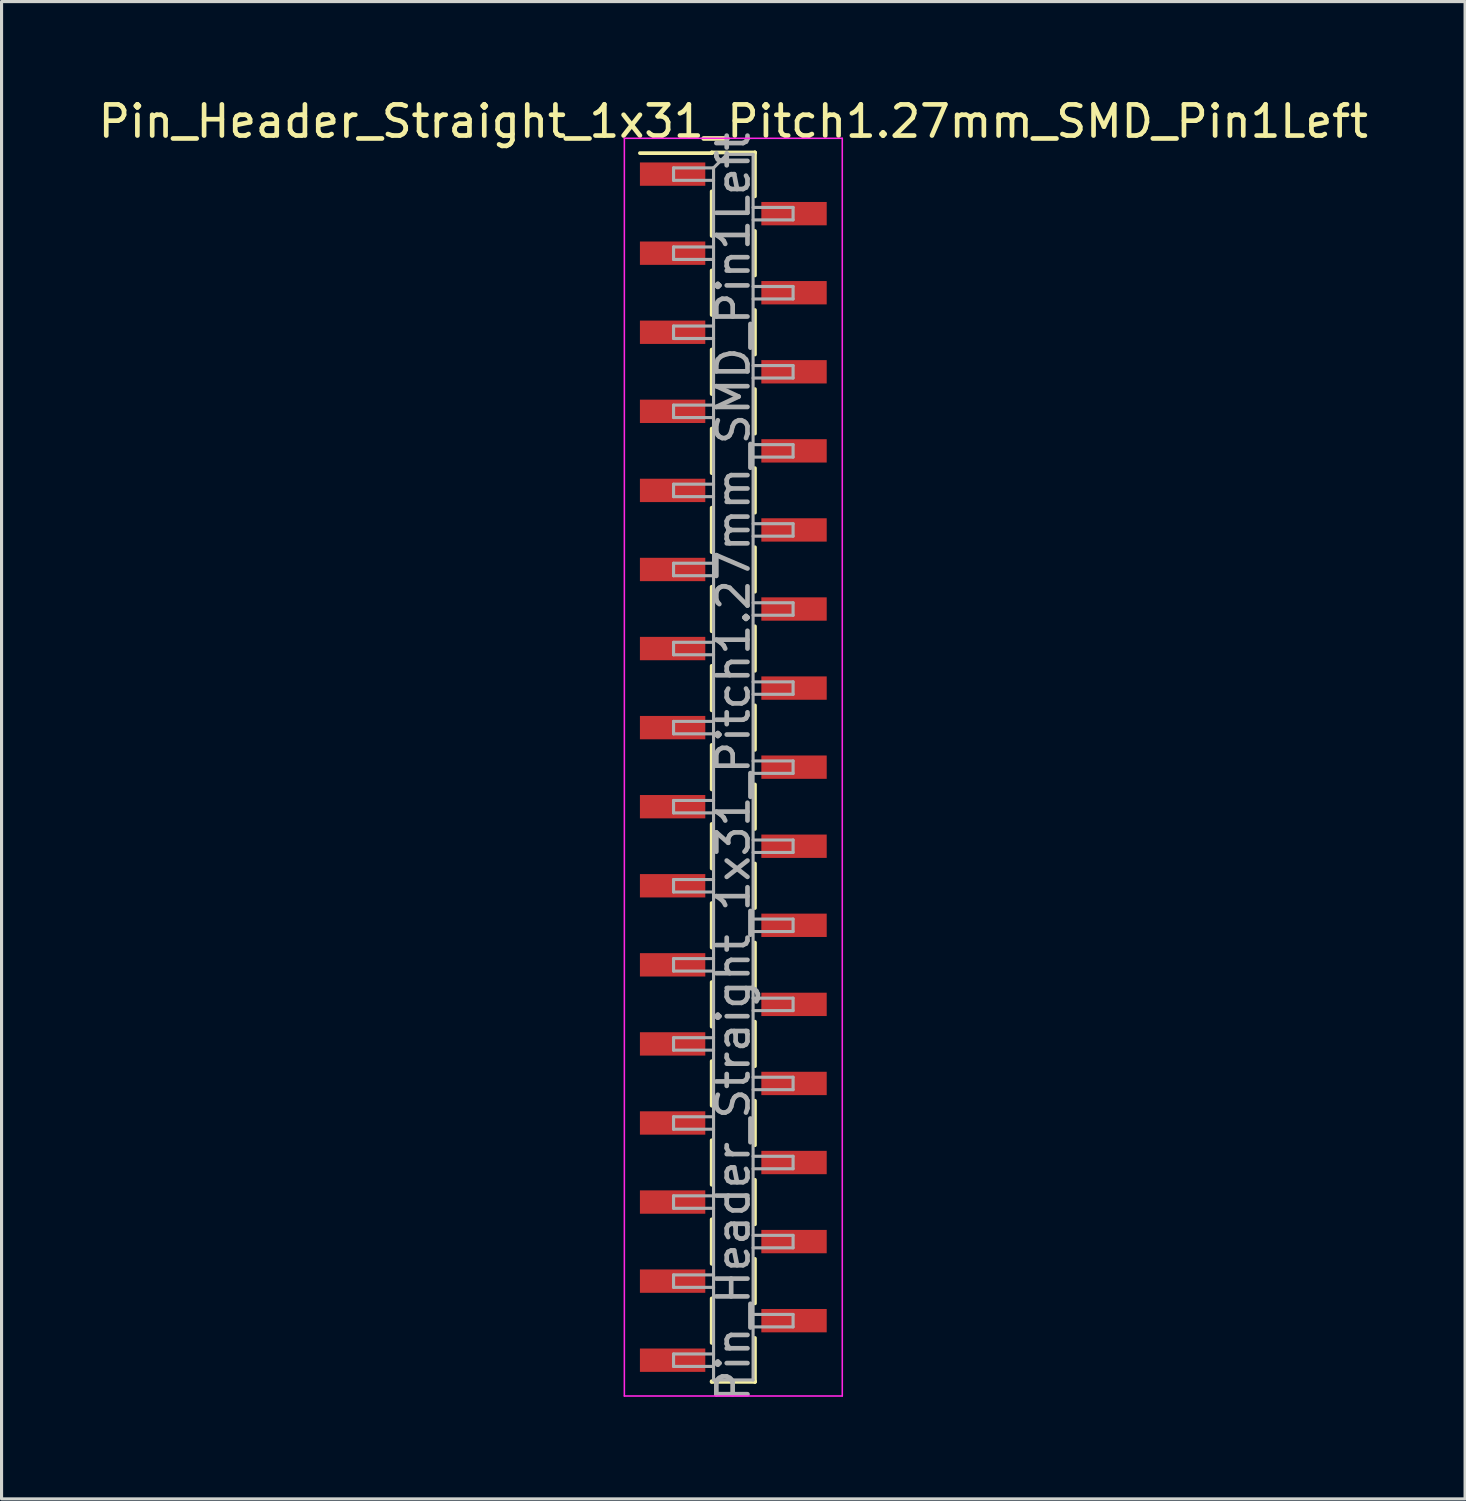
<source format=kicad_pcb>
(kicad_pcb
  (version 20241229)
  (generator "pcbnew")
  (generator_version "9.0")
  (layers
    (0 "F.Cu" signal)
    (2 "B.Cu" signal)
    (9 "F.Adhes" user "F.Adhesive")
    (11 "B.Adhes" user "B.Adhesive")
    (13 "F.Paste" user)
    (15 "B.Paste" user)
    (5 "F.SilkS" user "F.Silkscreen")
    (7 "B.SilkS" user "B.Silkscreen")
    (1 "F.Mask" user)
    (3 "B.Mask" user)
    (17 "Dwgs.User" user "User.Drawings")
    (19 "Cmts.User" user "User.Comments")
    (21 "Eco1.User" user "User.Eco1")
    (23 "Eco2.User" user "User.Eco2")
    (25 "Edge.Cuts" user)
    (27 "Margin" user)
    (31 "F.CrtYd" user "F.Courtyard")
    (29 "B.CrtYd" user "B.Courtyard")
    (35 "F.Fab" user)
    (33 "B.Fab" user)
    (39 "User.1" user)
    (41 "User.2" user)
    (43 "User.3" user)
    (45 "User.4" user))
  (footprint "Pin_Header_Straight_1x31_Pitch1.27mm_SMD_Pin1Left"
    (layer "F.Cu")
    (at 20.506 21.593)
    (property "Reference" "Pin_Header_Straight_1x31_Pitch1.27mm_SMD_Pin1Left" (at 0 -20.745 0) (layer "F.SilkS") (effects (font (size 1 1) (thickness 0.15))))
    (attr smd)
    (fp_line (start -0.695 -19.745) (end 0.695 -19.745) (stroke (width 0.12) (type solid)) (layer "F.SilkS"))
    (fp_line (start -0.695 -19.725) (end -3 -19.725) (stroke (width 0.12) (type solid)) (layer "F.SilkS"))
    (fp_line (start -0.695 -19.725) (end -0.695 -19.745) (stroke (width 0.12) (type solid)) (layer "F.SilkS"))
    (fp_line (start -0.695 -18.495) (end -0.695 -17.065) (stroke (width 0.12) (type solid)) (layer "F.SilkS"))
    (fp_line (start -0.695 -15.955) (end -0.695 -14.525) (stroke (width 0.12) (type solid)) (layer "F.SilkS"))
    (fp_line (start -0.695 -13.415) (end -0.695 -11.985) (stroke (width 0.12) (type solid)) (layer "F.SilkS"))
    (fp_line (start -0.695 -10.875) (end -0.695 -9.445) (stroke (width 0.12) (type solid)) (layer "F.SilkS"))
    (fp_line (start -0.695 -8.335) (end -0.695 -6.905) (stroke (width 0.12) (type solid)) (layer "F.SilkS"))
    (fp_line (start -0.695 -5.795) (end -0.695 -4.365) (stroke (width 0.12) (type solid)) (layer "F.SilkS"))
    (fp_line (start -0.695 -3.255) (end -0.695 -1.825) (stroke (width 0.12) (type solid)) (layer "F.SilkS"))
    (fp_line (start -0.695 -0.715) (end -0.695 0.715) (stroke (width 0.12) (type solid)) (layer "F.SilkS"))
    (fp_line (start -0.695 1.825) (end -0.695 3.255) (stroke (width 0.12) (type solid)) (layer "F.SilkS"))
    (fp_line (start -0.695 4.365) (end -0.695 5.795) (stroke (width 0.12) (type solid)) (layer "F.SilkS"))
    (fp_line (start -0.695 6.905) (end -0.695 8.335) (stroke (width 0.12) (type solid)) (layer "F.SilkS"))
    (fp_line (start -0.695 9.445) (end -0.695 10.875) (stroke (width 0.12) (type solid)) (layer "F.SilkS"))
    (fp_line (start -0.695 11.985) (end -0.695 13.415) (stroke (width 0.12) (type solid)) (layer "F.SilkS"))
    (fp_line (start -0.695 14.525) (end -0.695 15.955) (stroke (width 0.12) (type solid)) (layer "F.SilkS"))
    (fp_line (start -0.695 17.065) (end -0.695 18.495) (stroke (width 0.12) (type solid)) (layer "F.SilkS"))
    (fp_line (start -0.695 19.725) (end -0.695 19.745) (stroke (width 0.12) (type solid)) (layer "F.SilkS"))
    (fp_line (start -0.695 19.745) (end 0.695 19.745) (stroke (width 0.12) (type solid)) (layer "F.SilkS"))
    (fp_line (start 0.695 -19.745) (end 0.695 -19.725) (stroke (width 0.12) (type solid)) (layer "F.SilkS"))
    (fp_line (start 0.695 -19.745) (end 0.695 -18.335) (stroke (width 0.12) (type solid)) (layer "F.SilkS"))
    (fp_line (start 0.695 -17.225) (end 0.695 -15.795) (stroke (width 0.12) (type solid)) (layer "F.SilkS"))
    (fp_line (start 0.695 -14.685) (end 0.695 -13.255) (stroke (width 0.12) (type solid)) (layer "F.SilkS"))
    (fp_line (start 0.695 -12.145) (end 0.695 -10.715) (stroke (width 0.12) (type solid)) (layer "F.SilkS"))
    (fp_line (start 0.695 -9.605) (end 0.695 -8.175) (stroke (width 0.12) (type solid)) (layer "F.SilkS"))
    (fp_line (start 0.695 -7.065) (end 0.695 -5.635) (stroke (width 0.12) (type solid)) (layer "F.SilkS"))
    (fp_line (start 0.695 -4.525) (end 0.695 -3.095) (stroke (width 0.12) (type solid)) (layer "F.SilkS"))
    (fp_line (start 0.695 -1.985) (end 0.695 -0.555) (stroke (width 0.12) (type solid)) (layer "F.SilkS"))
    (fp_line (start 0.695 0.555) (end 0.695 1.985) (stroke (width 0.12) (type solid)) (layer "F.SilkS"))
    (fp_line (start 0.695 3.095) (end 0.695 4.525) (stroke (width 0.12) (type solid)) (layer "F.SilkS"))
    (fp_line (start 0.695 5.635) (end 0.695 7.065) (stroke (width 0.12) (type solid)) (layer "F.SilkS"))
    (fp_line (start 0.695 8.175) (end 0.695 9.605) (stroke (width 0.12) (type solid)) (layer "F.SilkS"))
    (fp_line (start 0.695 10.715) (end 0.695 12.145) (stroke (width 0.12) (type solid)) (layer "F.SilkS"))
    (fp_line (start 0.695 13.255) (end 0.695 14.685) (stroke (width 0.12) (type solid)) (layer "F.SilkS"))
    (fp_line (start 0.695 15.795) (end 0.695 17.225) (stroke (width 0.12) (type solid)) (layer "F.SilkS"))
    (fp_line (start 0.695 18.335) (end 0.695 19.745) (stroke (width 0.12) (type solid)) (layer "F.SilkS"))
    (fp_line (start 0.695 19.745) (end 0.695 19.725) (stroke (width 0.12) (type solid)) (layer "F.SilkS"))
    (fp_line (start -3.5 -20.2) (end -3.5 20.2) (stroke (width 0.05) (type solid)) (layer "F.CrtYd"))
    (fp_line (start -3.5 20.2) (end 3.5 20.2) (stroke (width 0.05) (type solid)) (layer "F.CrtYd"))
    (fp_line (start 3.5 -20.2) (end -3.5 -20.2) (stroke (width 0.05) (type solid)) (layer "F.CrtYd"))
    (fp_line (start 3.5 20.2) (end 3.5 -20.2) (stroke (width 0.05) (type solid)) (layer "F.CrtYd"))
    (fp_line (start -1.92 -19.25) (end -1.92 -18.85) (stroke (width 0.1) (type solid)) (layer "F.Fab"))
    (fp_line (start -1.92 -18.85) (end -0.635 -18.85) (stroke (width 0.1) (type solid)) (layer "F.Fab"))
    (fp_line (start -1.92 -16.71) (end -1.92 -16.31) (stroke (width 0.1) (type solid)) (layer "F.Fab"))
    (fp_line (start -1.92 -16.31) (end -0.635 -16.31) (stroke (width 0.1) (type solid)) (layer "F.Fab"))
    (fp_line (start -1.92 -14.17) (end -1.92 -13.77) (stroke (width 0.1) (type solid)) (layer "F.Fab"))
    (fp_line (start -1.92 -13.77) (end -0.635 -13.77) (stroke (width 0.1) (type solid)) (layer "F.Fab"))
    (fp_line (start -1.92 -11.63) (end -1.92 -11.23) (stroke (width 0.1) (type solid)) (layer "F.Fab"))
    (fp_line (start -1.92 -11.23) (end -0.635 -11.23) (stroke (width 0.1) (type solid)) (layer "F.Fab"))
    (fp_line (start -1.92 -9.09) (end -1.92 -8.69) (stroke (width 0.1) (type solid)) (layer "F.Fab"))
    (fp_line (start -1.92 -8.69) (end -0.635 -8.69) (stroke (width 0.1) (type solid)) (layer "F.Fab"))
    (fp_line (start -1.92 -6.55) (end -1.92 -6.15) (stroke (width 0.1) (type solid)) (layer "F.Fab"))
    (fp_line (start -1.92 -6.15) (end -0.635 -6.15) (stroke (width 0.1) (type solid)) (layer "F.Fab"))
    (fp_line (start -1.92 -4.01) (end -1.92 -3.61) (stroke (width 0.1) (type solid)) (layer "F.Fab"))
    (fp_line (start -1.92 -3.61) (end -0.635 -3.61) (stroke (width 0.1) (type solid)) (layer "F.Fab"))
    (fp_line (start -1.92 -1.47) (end -1.92 -1.07) (stroke (width 0.1) (type solid)) (layer "F.Fab"))
    (fp_line (start -1.92 -1.07) (end -0.635 -1.07) (stroke (width 0.1) (type solid)) (layer "F.Fab"))
    (fp_line (start -1.92 1.07) (end -1.92 1.47) (stroke (width 0.1) (type solid)) (layer "F.Fab"))
    (fp_line (start -1.92 1.47) (end -0.635 1.47) (stroke (width 0.1) (type solid)) (layer "F.Fab"))
    (fp_line (start -1.92 3.61) (end -1.92 4.01) (stroke (width 0.1) (type solid)) (layer "F.Fab"))
    (fp_line (start -1.92 4.01) (end -0.635 4.01) (stroke (width 0.1) (type solid)) (layer "F.Fab"))
    (fp_line (start -1.92 6.15) (end -1.92 6.55) (stroke (width 0.1) (type solid)) (layer "F.Fab"))
    (fp_line (start -1.92 6.55) (end -0.635 6.55) (stroke (width 0.1) (type solid)) (layer "F.Fab"))
    (fp_line (start -1.92 8.69) (end -1.92 9.09) (stroke (width 0.1) (type solid)) (layer "F.Fab"))
    (fp_line (start -1.92 9.09) (end -0.635 9.09) (stroke (width 0.1) (type solid)) (layer "F.Fab"))
    (fp_line (start -1.92 11.23) (end -1.92 11.63) (stroke (width 0.1) (type solid)) (layer "F.Fab"))
    (fp_line (start -1.92 11.63) (end -0.635 11.63) (stroke (width 0.1) (type solid)) (layer "F.Fab"))
    (fp_line (start -1.92 13.77) (end -1.92 14.17) (stroke (width 0.1) (type solid)) (layer "F.Fab"))
    (fp_line (start -1.92 14.17) (end -0.635 14.17) (stroke (width 0.1) (type solid)) (layer "F.Fab"))
    (fp_line (start -1.92 16.31) (end -1.92 16.71) (stroke (width 0.1) (type solid)) (layer "F.Fab"))
    (fp_line (start -1.92 16.71) (end -0.635 16.71) (stroke (width 0.1) (type solid)) (layer "F.Fab"))
    (fp_line (start -1.92 18.85) (end -1.92 19.25) (stroke (width 0.1) (type solid)) (layer "F.Fab"))
    (fp_line (start -1.92 19.25) (end -0.635 19.25) (stroke (width 0.1) (type solid)) (layer "F.Fab"))
    (fp_line (start -0.635 -19.25) (end -1.92 -19.25) (stroke (width 0.1) (type solid)) (layer "F.Fab"))
    (fp_line (start -0.635 -19.25) (end -0.2 -19.685) (stroke (width 0.1) (type solid)) (layer "F.Fab"))
    (fp_line (start -0.635 -16.71) (end -1.92 -16.71) (stroke (width 0.1) (type solid)) (layer "F.Fab"))
    (fp_line (start -0.635 -14.17) (end -1.92 -14.17) (stroke (width 0.1) (type solid)) (layer "F.Fab"))
    (fp_line (start -0.635 -11.63) (end -1.92 -11.63) (stroke (width 0.1) (type solid)) (layer "F.Fab"))
    (fp_line (start -0.635 -9.09) (end -1.92 -9.09) (stroke (width 0.1) (type solid)) (layer "F.Fab"))
    (fp_line (start -0.635 -6.55) (end -1.92 -6.55) (stroke (width 0.1) (type solid)) (layer "F.Fab"))
    (fp_line (start -0.635 -4.01) (end -1.92 -4.01) (stroke (width 0.1) (type solid)) (layer "F.Fab"))
    (fp_line (start -0.635 -1.47) (end -1.92 -1.47) (stroke (width 0.1) (type solid)) (layer "F.Fab"))
    (fp_line (start -0.635 1.07) (end -1.92 1.07) (stroke (width 0.1) (type solid)) (layer "F.Fab"))
    (fp_line (start -0.635 3.61) (end -1.92 3.61) (stroke (width 0.1) (type solid)) (layer "F.Fab"))
    (fp_line (start -0.635 6.15) (end -1.92 6.15) (stroke (width 0.1) (type solid)) (layer "F.Fab"))
    (fp_line (start -0.635 8.69) (end -1.92 8.69) (stroke (width 0.1) (type solid)) (layer "F.Fab"))
    (fp_line (start -0.635 11.23) (end -1.92 11.23) (stroke (width 0.1) (type solid)) (layer "F.Fab"))
    (fp_line (start -0.635 13.77) (end -1.92 13.77) (stroke (width 0.1) (type solid)) (layer "F.Fab"))
    (fp_line (start -0.635 16.31) (end -1.92 16.31) (stroke (width 0.1) (type solid)) (layer "F.Fab"))
    (fp_line (start -0.635 18.85) (end -1.92 18.85) (stroke (width 0.1) (type solid)) (layer "F.Fab"))
    (fp_line (start -0.635 19.685) (end -0.635 -19.25) (stroke (width 0.1) (type solid)) (layer "F.Fab"))
    (fp_line (start -0.2 -19.685) (end 0.635 -19.685) (stroke (width 0.1) (type solid)) (layer "F.Fab"))
    (fp_line (start 0.635 -19.685) (end 0.635 19.685) (stroke (width 0.1) (type solid)) (layer "F.Fab"))
    (fp_line (start 0.635 -17.98) (end 1.92 -17.98) (stroke (width 0.1) (type solid)) (layer "F.Fab"))
    (fp_line (start 0.635 -15.44) (end 1.92 -15.44) (stroke (width 0.1) (type solid)) (layer "F.Fab"))
    (fp_line (start 0.635 -12.9) (end 1.92 -12.9) (stroke (width 0.1) (type solid)) (layer "F.Fab"))
    (fp_line (start 0.635 -10.36) (end 1.92 -10.36) (stroke (width 0.1) (type solid)) (layer "F.Fab"))
    (fp_line (start 0.635 -7.82) (end 1.92 -7.82) (stroke (width 0.1) (type solid)) (layer "F.Fab"))
    (fp_line (start 0.635 -5.28) (end 1.92 -5.28) (stroke (width 0.1) (type solid)) (layer "F.Fab"))
    (fp_line (start 0.635 -2.74) (end 1.92 -2.74) (stroke (width 0.1) (type solid)) (layer "F.Fab"))
    (fp_line (start 0.635 -0.2) (end 1.92 -0.2) (stroke (width 0.1) (type solid)) (layer "F.Fab"))
    (fp_line (start 0.635 2.34) (end 1.92 2.34) (stroke (width 0.1) (type solid)) (layer "F.Fab"))
    (fp_line (start 0.635 4.88) (end 1.92 4.88) (stroke (width 0.1) (type solid)) (layer "F.Fab"))
    (fp_line (start 0.635 7.42) (end 1.92 7.42) (stroke (width 0.1) (type solid)) (layer "F.Fab"))
    (fp_line (start 0.635 9.96) (end 1.92 9.96) (stroke (width 0.1) (type solid)) (layer "F.Fab"))
    (fp_line (start 0.635 12.5) (end 1.92 12.5) (stroke (width 0.1) (type solid)) (layer "F.Fab"))
    (fp_line (start 0.635 15.04) (end 1.92 15.04) (stroke (width 0.1) (type solid)) (layer "F.Fab"))
    (fp_line (start 0.635 17.58) (end 1.92 17.58) (stroke (width 0.1) (type solid)) (layer "F.Fab"))
    (fp_line (start 0.635 19.685) (end -0.635 19.685) (stroke (width 0.1) (type solid)) (layer "F.Fab"))
    (fp_line (start 1.92 -17.98) (end 1.92 -17.58) (stroke (width 0.1) (type solid)) (layer "F.Fab"))
    (fp_line (start 1.92 -17.58) (end 0.635 -17.58) (stroke (width 0.1) (type solid)) (layer "F.Fab"))
    (fp_line (start 1.92 -15.44) (end 1.92 -15.04) (stroke (width 0.1) (type solid)) (layer "F.Fab"))
    (fp_line (start 1.92 -15.04) (end 0.635 -15.04) (stroke (width 0.1) (type solid)) (layer "F.Fab"))
    (fp_line (start 1.92 -12.9) (end 1.92 -12.5) (stroke (width 0.1) (type solid)) (layer "F.Fab"))
    (fp_line (start 1.92 -12.5) (end 0.635 -12.5) (stroke (width 0.1) (type solid)) (layer "F.Fab"))
    (fp_line (start 1.92 -10.36) (end 1.92 -9.96) (stroke (width 0.1) (type solid)) (layer "F.Fab"))
    (fp_line (start 1.92 -9.96) (end 0.635 -9.96) (stroke (width 0.1) (type solid)) (layer "F.Fab"))
    (fp_line (start 1.92 -7.82) (end 1.92 -7.42) (stroke (width 0.1) (type solid)) (layer "F.Fab"))
    (fp_line (start 1.92 -7.42) (end 0.635 -7.42) (stroke (width 0.1) (type solid)) (layer "F.Fab"))
    (fp_line (start 1.92 -5.28) (end 1.92 -4.88) (stroke (width 0.1) (type solid)) (layer "F.Fab"))
    (fp_line (start 1.92 -4.88) (end 0.635 -4.88) (stroke (width 0.1) (type solid)) (layer "F.Fab"))
    (fp_line (start 1.92 -2.74) (end 1.92 -2.34) (stroke (width 0.1) (type solid)) (layer "F.Fab"))
    (fp_line (start 1.92 -2.34) (end 0.635 -2.34) (stroke (width 0.1) (type solid)) (layer "F.Fab"))
    (fp_line (start 1.92 -0.2) (end 1.92 0.2) (stroke (width 0.1) (type solid)) (layer "F.Fab"))
    (fp_line (start 1.92 0.2) (end 0.635 0.2) (stroke (width 0.1) (type solid)) (layer "F.Fab"))
    (fp_line (start 1.92 2.34) (end 1.92 2.74) (stroke (width 0.1) (type solid)) (layer "F.Fab"))
    (fp_line (start 1.92 2.74) (end 0.635 2.74) (stroke (width 0.1) (type solid)) (layer "F.Fab"))
    (fp_line (start 1.92 4.88) (end 1.92 5.28) (stroke (width 0.1) (type solid)) (layer "F.Fab"))
    (fp_line (start 1.92 5.28) (end 0.635 5.28) (stroke (width 0.1) (type solid)) (layer "F.Fab"))
    (fp_line (start 1.92 7.42) (end 1.92 7.82) (stroke (width 0.1) (type solid)) (layer "F.Fab"))
    (fp_line (start 1.92 7.82) (end 0.635 7.82) (stroke (width 0.1) (type solid)) (layer "F.Fab"))
    (fp_line (start 1.92 9.96) (end 1.92 10.36) (stroke (width 0.1) (type solid)) (layer "F.Fab"))
    (fp_line (start 1.92 10.36) (end 0.635 10.36) (stroke (width 0.1) (type solid)) (layer "F.Fab"))
    (fp_line (start 1.92 12.5) (end 1.92 12.9) (stroke (width 0.1) (type solid)) (layer "F.Fab"))
    (fp_line (start 1.92 12.9) (end 0.635 12.9) (stroke (width 0.1) (type solid)) (layer "F.Fab"))
    (fp_line (start 1.92 15.04) (end 1.92 15.44) (stroke (width 0.1) (type solid)) (layer "F.Fab"))
    (fp_line (start 1.92 15.44) (end 0.635 15.44) (stroke (width 0.1) (type solid)) (layer "F.Fab"))
    (fp_line (start 1.92 17.58) (end 1.92 17.98) (stroke (width 0.1) (type solid)) (layer "F.Fab"))
    (fp_line (start 1.92 17.98) (end 0.635 17.98) (stroke (width 0.1) (type solid)) (layer "F.Fab"))
    (fp_text user "${REFERENCE}" (at 0 0 90) (layer "F.Fab") (effects (font (size 1 1) (thickness 0.15))))
    (pad "1" smd rect (at -1.95 -19.05) (size 2.1 0.75) (layers "F.Cu" "F.Mask" "F.Paste"))
    (pad "2" smd rect (at 1.95 -17.78) (size 2.1 0.75) (layers "F.Cu" "F.Mask" "F.Paste"))
    (pad "3" smd rect (at -1.95 -16.51) (size 2.1 0.75) (layers "F.Cu" "F.Mask" "F.Paste"))
    (pad "4" smd rect (at 1.95 -15.24) (size 2.1 0.75) (layers "F.Cu" "F.Mask" "F.Paste"))
    (pad "5" smd rect (at -1.95 -13.97) (size 2.1 0.75) (layers "F.Cu" "F.Mask" "F.Paste"))
    (pad "6" smd rect (at 1.95 -12.7) (size 2.1 0.75) (layers "F.Cu" "F.Mask" "F.Paste"))
    (pad "7" smd rect (at -1.95 -11.43) (size 2.1 0.75) (layers "F.Cu" "F.Mask" "F.Paste"))
    (pad "8" smd rect (at 1.95 -10.16) (size 2.1 0.75) (layers "F.Cu" "F.Mask" "F.Paste"))
    (pad "9" smd rect (at -1.95 -8.89) (size 2.1 0.75) (layers "F.Cu" "F.Mask" "F.Paste"))
    (pad "10" smd rect (at 1.95 -7.62) (size 2.1 0.75) (layers "F.Cu" "F.Mask" "F.Paste"))
    (pad "11" smd rect (at -1.95 -6.35) (size 2.1 0.75) (layers "F.Cu" "F.Mask" "F.Paste"))
    (pad "12" smd rect (at 1.95 -5.08) (size 2.1 0.75) (layers "F.Cu" "F.Mask" "F.Paste"))
    (pad "13" smd rect (at -1.95 -3.81) (size 2.1 0.75) (layers "F.Cu" "F.Mask" "F.Paste"))
    (pad "14" smd rect (at 1.95 -2.54) (size 2.1 0.75) (layers "F.Cu" "F.Mask" "F.Paste"))
    (pad "15" smd rect (at -1.95 -1.27) (size 2.1 0.75) (layers "F.Cu" "F.Mask" "F.Paste"))
    (pad "16" smd rect (at 1.95 0) (size 2.1 0.75) (layers "F.Cu" "F.Mask" "F.Paste"))
    (pad "17" smd rect (at -1.95 1.27) (size 2.1 0.75) (layers "F.Cu" "F.Mask" "F.Paste"))
    (pad "18" smd rect (at 1.95 2.54) (size 2.1 0.75) (layers "F.Cu" "F.Mask" "F.Paste"))
    (pad "19" smd rect (at -1.95 3.81) (size 2.1 0.75) (layers "F.Cu" "F.Mask" "F.Paste"))
    (pad "20" smd rect (at 1.95 5.08) (size 2.1 0.75) (layers "F.Cu" "F.Mask" "F.Paste"))
    (pad "21" smd rect (at -1.95 6.35) (size 2.1 0.75) (layers "F.Cu" "F.Mask" "F.Paste"))
    (pad "22" smd rect (at 1.95 7.62) (size 2.1 0.75) (layers "F.Cu" "F.Mask" "F.Paste"))
    (pad "23" smd rect (at -1.95 8.89) (size 2.1 0.75) (layers "F.Cu" "F.Mask" "F.Paste"))
    (pad "24" smd rect (at 1.95 10.16) (size 2.1 0.75) (layers "F.Cu" "F.Mask" "F.Paste"))
    (pad "25" smd rect (at -1.95 11.43) (size 2.1 0.75) (layers "F.Cu" "F.Mask" "F.Paste"))
    (pad "26" smd rect (at 1.95 12.7) (size 2.1 0.75) (layers "F.Cu" "F.Mask" "F.Paste"))
    (pad "27" smd rect (at -1.95 13.97) (size 2.1 0.75) (layers "F.Cu" "F.Mask" "F.Paste"))
    (pad "28" smd rect (at 1.95 15.24) (size 2.1 0.75) (layers "F.Cu" "F.Mask" "F.Paste"))
    (pad "29" smd rect (at -1.95 16.51) (size 2.1 0.75) (layers "F.Cu" "F.Mask" "F.Paste"))
    (pad "30" smd rect (at 1.95 17.78) (size 2.1 0.75) (layers "F.Cu" "F.Mask" "F.Paste"))
    (pad "31" smd rect (at -1.95 19.05) (size 2.1 0.75) (layers "F.Cu" "F.Mask" "F.Paste")))
  (gr_rect
    (start -3 -3)
    (end 44.012 45.099)
    (stroke (width 0.1) (type default))
    (fill no)
    (layer "Edge.Cuts")))
</source>
